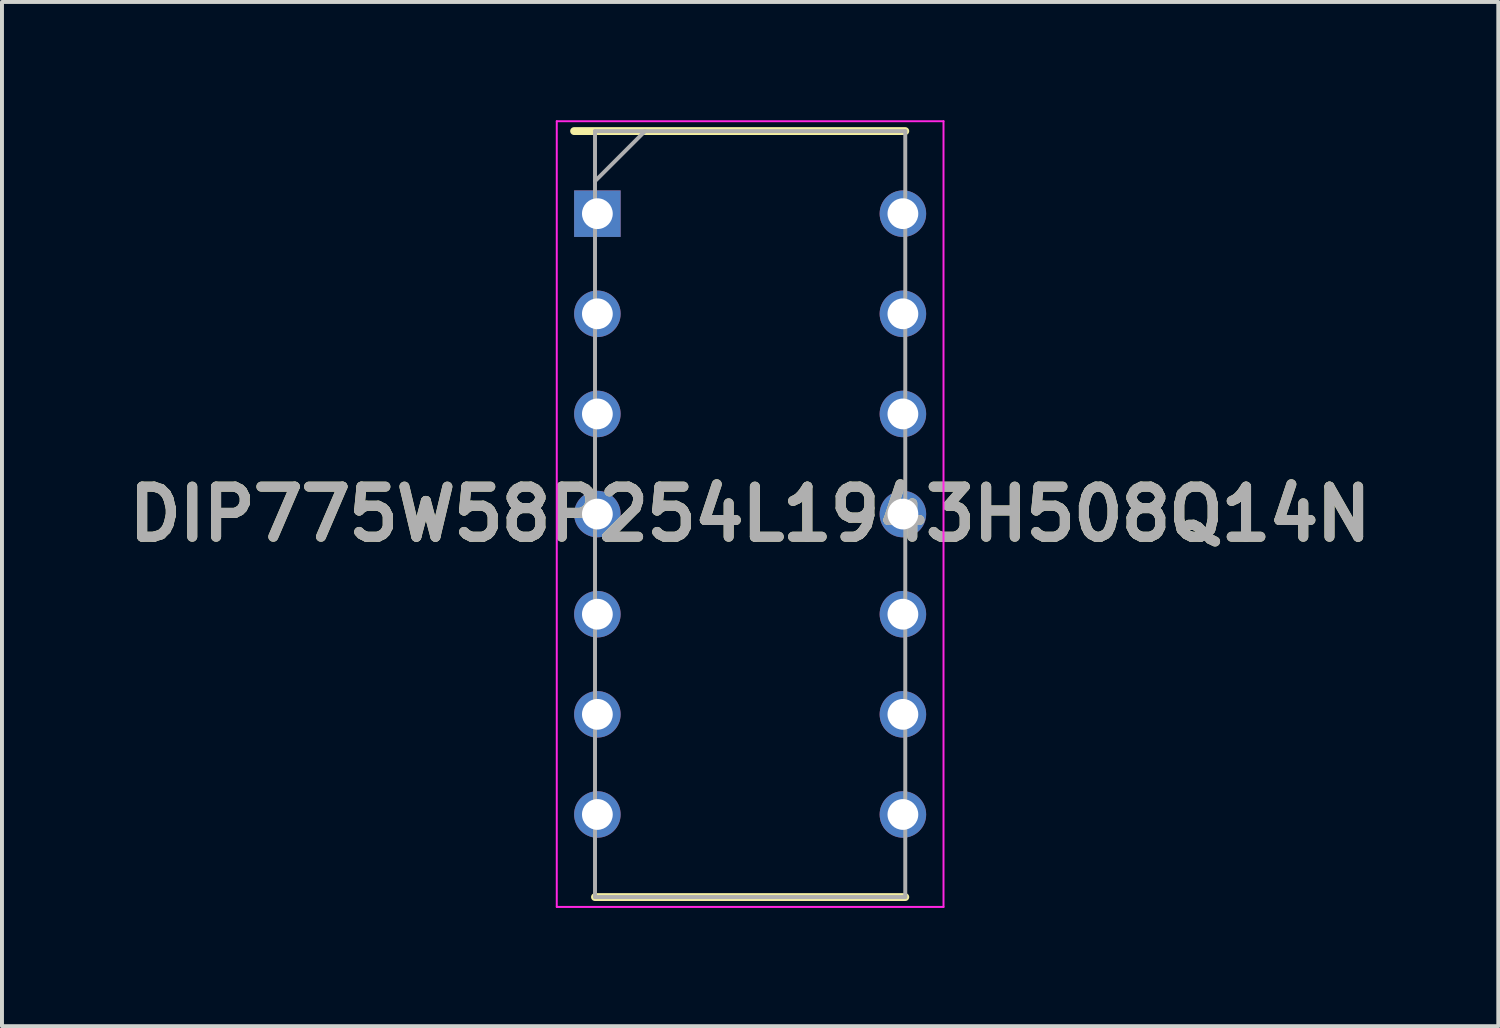
<source format=kicad_pcb>
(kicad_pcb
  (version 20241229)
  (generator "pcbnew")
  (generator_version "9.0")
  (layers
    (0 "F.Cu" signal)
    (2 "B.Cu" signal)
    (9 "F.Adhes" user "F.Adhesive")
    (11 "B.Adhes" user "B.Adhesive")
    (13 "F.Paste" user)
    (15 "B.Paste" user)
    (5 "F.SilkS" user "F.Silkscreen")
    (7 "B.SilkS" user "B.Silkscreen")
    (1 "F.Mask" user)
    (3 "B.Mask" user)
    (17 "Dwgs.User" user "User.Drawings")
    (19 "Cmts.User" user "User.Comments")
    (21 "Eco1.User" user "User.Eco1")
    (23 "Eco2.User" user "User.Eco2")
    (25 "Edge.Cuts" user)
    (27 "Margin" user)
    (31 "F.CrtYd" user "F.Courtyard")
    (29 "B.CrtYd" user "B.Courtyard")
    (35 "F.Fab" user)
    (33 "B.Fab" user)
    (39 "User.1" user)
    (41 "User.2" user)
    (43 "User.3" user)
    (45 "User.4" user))
  (footprint "DIP775W58P254L1943H508Q14N"
    (layer "F.Cu")
    (at 15.978 9.99)
    (property "Reference" "DIP775W58P254L1943H508Q14N" (at 0 0 0) (layer "F.SilkS") (effects (font (size 1.27 1.27) (thickness 0.254))))
    (attr through_hole)
    (fp_line (start -4.465 -9.715) (end 3.935 -9.715) (stroke (width 0.2) (type solid)) (layer "F.SilkS"))
    (fp_line (start -3.935 9.715) (end 3.935 9.715) (stroke (width 0.2) (type solid)) (layer "F.SilkS"))
    (fp_line (start -4.905 -9.965) (end 4.905 -9.965) (stroke (width 0.05) (type solid)) (layer "F.CrtYd"))
    (fp_line (start -4.905 9.965) (end -4.905 -9.965) (stroke (width 0.05) (type solid)) (layer "F.CrtYd"))
    (fp_line (start 4.905 -9.965) (end 4.905 9.965) (stroke (width 0.05) (type solid)) (layer "F.CrtYd"))
    (fp_line (start 4.905 9.965) (end -4.905 9.965) (stroke (width 0.05) (type solid)) (layer "F.CrtYd"))
    (fp_line (start -3.935 -9.715) (end 3.935 -9.715) (stroke (width 0.1) (type solid)) (layer "F.Fab"))
    (fp_line (start -3.935 -8.445) (end -2.665 -9.715) (stroke (width 0.1) (type solid)) (layer "F.Fab"))
    (fp_line (start -3.935 9.715) (end -3.935 -9.715) (stroke (width 0.1) (type solid)) (layer "F.Fab"))
    (fp_line (start 3.935 -9.715) (end 3.935 9.715) (stroke (width 0.1) (type solid)) (layer "F.Fab"))
    (fp_line (start 3.935 9.715) (end -3.935 9.715) (stroke (width 0.1) (type solid)) (layer "F.Fab"))
    (fp_text user "${REFERENCE}" (at 0 0 0) (layer "F.Fab") (effects (font (size 1.27 1.27) (thickness 0.254))))
    (pad "1" thru_hole rect (at -3.875 -7.62) (size 1.18 1.18) (drill 0.78) (layers "*.Cu" "*.Mask"))
    (pad "2" thru_hole circle (at -3.875 -5.08) (size 1.18 1.18) (drill 0.78) (layers "*.Cu" "*.Mask"))
    (pad "3" thru_hole circle (at -3.875 -2.54) (size 1.18 1.18) (drill 0.78) (layers "*.Cu" "*.Mask"))
    (pad "4" thru_hole circle (at -3.875 0) (size 1.18 1.18) (drill 0.78) (layers "*.Cu" "*.Mask"))
    (pad "5" thru_hole circle (at -3.875 2.54) (size 1.18 1.18) (drill 0.78) (layers "*.Cu" "*.Mask"))
    (pad "6" thru_hole circle (at -3.875 5.08) (size 1.18 1.18) (drill 0.78) (layers "*.Cu" "*.Mask"))
    (pad "7" thru_hole circle (at -3.875 7.62) (size 1.18 1.18) (drill 0.78) (layers "*.Cu" "*.Mask"))
    (pad "8" thru_hole circle (at 3.875 7.62) (size 1.18 1.18) (drill 0.78) (layers "*.Cu" "*.Mask"))
    (pad "9" thru_hole circle (at 3.875 5.08) (size 1.18 1.18) (drill 0.78) (layers "*.Cu" "*.Mask"))
    (pad "10" thru_hole circle (at 3.875 2.54) (size 1.18 1.18) (drill 0.78) (layers "*.Cu" "*.Mask"))
    (pad "11" thru_hole circle (at 3.875 0) (size 1.18 1.18) (drill 0.78) (layers "*.Cu" "*.Mask"))
    (pad "12" thru_hole circle (at 3.875 -2.54) (size 1.18 1.18) (drill 0.78) (layers "*.Cu" "*.Mask"))
    (pad "13" thru_hole circle (at 3.875 -5.08) (size 1.18 1.18) (drill 0.78) (layers "*.Cu" "*.Mask"))
    (pad "14" thru_hole circle (at 3.875 -7.62) (size 1.18 1.18) (drill 0.78) (layers "*.Cu" "*.Mask")))
  (gr_rect
    (start -3 -3)
    (end 34.956 22.98)
    (stroke (width 0.1) (type default))
    (fill no)
    (layer "Edge.Cuts")))
</source>
